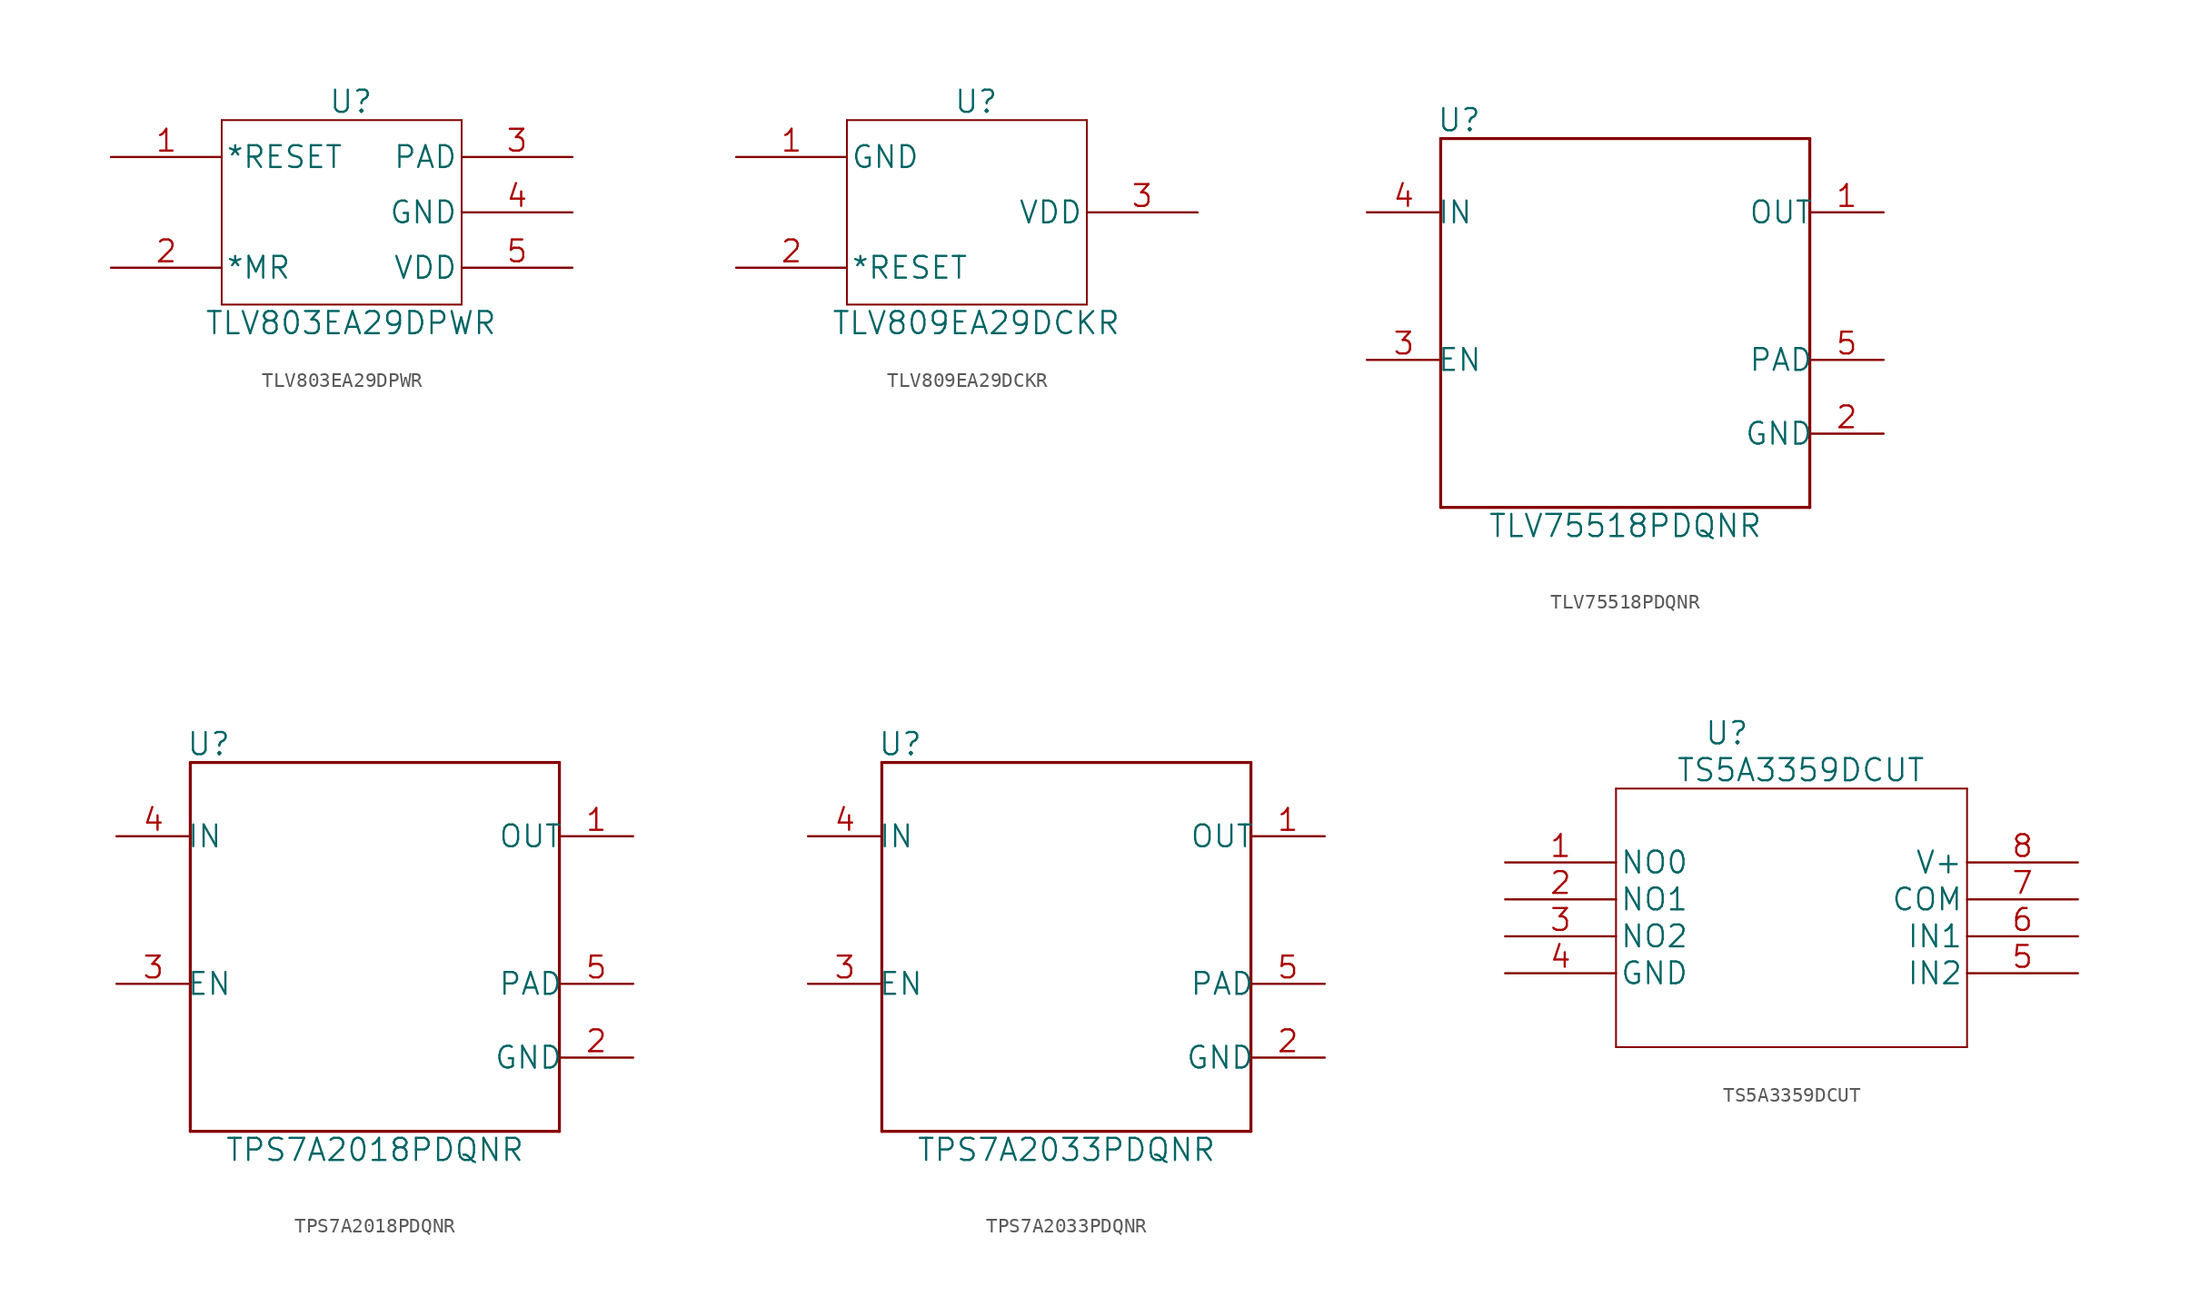
<source format=kicad_sym>
(kicad_symbol_lib
  (version 20211014)
  (generator kicad_symbol_editor)
  (symbol "TLV803EA29DPWR"
    (pin_names
      (offset 0.254))
    (property "Reference" "U"
      (at 16.51 6.35 0)
      (effects (font (size 1.524 1.524))))
    (property "Value" "TLV803EA29DPWR"
      (at 16.51 -8.89 0)
      (effects (font (size 1.524 1.524))))
    (property "Datasheet" ""
      (at 0 0 0)
      (effects (font (size 1.524 1.524))))
    (symbol "TLV803EA29DPWR_1_1"
      (polyline (pts (xy 7.62 -7.62) (xy 24.13 -7.62)) (stroke (width 0.127) (type default) (color 0 0 0 0)) (fill (type none)))
      (polyline (pts (xy 7.62 5.08) (xy 7.62 -7.62)) (stroke (width 0.127) (type default) (color 0 0 0 0)) (fill (type none)))
      (polyline (pts (xy 24.13 -7.62) (xy 24.13 5.08)) (stroke (width 0.127) (type default) (color 0 0 0 0)) (fill (type none)))
      (polyline (pts (xy 24.13 5.08) (xy 7.62 5.08)) (stroke (width 0.127) (type default) (color 0 0 0 0)) (fill (type none)))
      (pin bidirectional line (at 0 2.54 0) (length 7.62) (name "*RESET" (effects (font (size 1.499 1.499)))) (number "1" (effects (font (size 1.499 1.499)))))
      (pin output line (at 0 -5.08 0) (length 7.62) (name "*MR" (effects (font (size 1.499 1.499)))) (number "2" (effects (font (size 1.499 1.499)))))
      (pin power_in line (at 31.75 2.54 180) (length 7.62) (name "PAD" (effects (font (size 1.499 1.499)))) (number "3" (effects (font (size 1.499 1.499)))))
      (pin power_in line (at 31.75 -1.27 180) (length 7.62) (name "GND" (effects (font (size 1.499 1.499)))) (number "4" (effects (font (size 1.499 1.499)))))
      (pin power_in line (at 31.75 -5.08 180) (length 7.62) (name "VDD" (effects (font (size 1.499 1.499)))) (number "5" (effects (font (size 1.499 1.499)))))))
  (symbol "TLV809EA29DCKR"
    (pin_names
      (offset 0.254))
    (property "Reference" "U"
      (at 16.51 6.35 0)
      (effects (font (size 1.524 1.524))))
    (property "Value" "TLV809EA29DCKR"
      (at 16.51 -8.89 0)
      (effects (font (size 1.524 1.524))))
    (property "Datasheet" ""
      (at 0 0 0)
      (effects (font (size 1.524 1.524))))
    (symbol "TLV809EA29DCKR_1_1"
      (polyline (pts (xy 7.62 -7.62) (xy 24.13 -7.62)) (stroke (width 0.127) (type default) (color 0 0 0 0)) (fill (type none)))
      (polyline (pts (xy 7.62 5.08) (xy 7.62 -7.62)) (stroke (width 0.127) (type default) (color 0 0 0 0)) (fill (type none)))
      (polyline (pts (xy 24.13 -7.62) (xy 24.13 5.08)) (stroke (width 0.127) (type default) (color 0 0 0 0)) (fill (type none)))
      (polyline (pts (xy 24.13 5.08) (xy 7.62 5.08)) (stroke (width 0.127) (type default) (color 0 0 0 0)) (fill (type none)))
      (pin power_in line (at 0 2.54 0) (length 7.62) (name "GND" (effects (font (size 1.499 1.499)))) (number "1" (effects (font (size 1.499 1.499)))))
      (pin output line (at 0 -5.08 0) (length 7.62) (name "*RESET" (effects (font (size 1.499 1.499)))) (number "2" (effects (font (size 1.499 1.499)))))
      (pin power_in line (at 31.75 -1.27 180) (length 7.62) (name "VDD" (effects (font (size 1.499 1.499)))) (number "3" (effects (font (size 1.499 1.499)))))))
  (symbol "TLV75518PDQNR"
    (pin_names
      (offset -0.254))
    (property "Reference" "U"
      (at -11.43 13.97 0)
      (effects (font (size 1.524 1.524))))
    (property "Value" "TLV75518PDQNR"
      (at 0 -13.97 0)
      (effects (font (size 1.524 1.524))))
    (property "Datasheet" ""
      (at -1.27 2.54 0)
      (effects (font (size 1.524 1.524))))
    (symbol "TLV75518PDQNR_1_1"
      (polyline (pts (xy -12.7 -12.7) (xy 12.7 -12.7)) (stroke (width 0.203) (type default) (color 0 0 0 0)) (fill (type none)))
      (polyline (pts (xy -12.7 12.7) (xy -12.7 -12.7)) (stroke (width 0.203) (type default) (color 0 0 0 0)) (fill (type none)))
      (polyline (pts (xy 12.7 -12.7) (xy 12.7 12.7)) (stroke (width 0.203) (type default) (color 0 0 0 0)) (fill (type none)))
      (polyline (pts (xy 12.7 12.7) (xy -12.7 12.7)) (stroke (width 0.203) (type default) (color 0 0 0 0)) (fill (type none)))
      (pin power_in line (at 17.78 7.62 180) (length 5.08) (name "OUT" (effects (font (size 1.499 1.499)))) (number "1" (effects (font (size 1.499 1.499)))))
      (pin power_in line (at 17.78 -7.62 180) (length 5.08) (name "GND" (effects (font (size 1.499 1.499)))) (number "2" (effects (font (size 1.499 1.499)))))
      (pin input line (at -17.78 -2.54 0) (length 5.08) (name "EN" (effects (font (size 1.499 1.499)))) (number "3" (effects (font (size 1.499 1.499)))))
      (pin power_in line (at -17.78 7.62 0) (length 5.08) (name "IN" (effects (font (size 1.499 1.499)))) (number "4" (effects (font (size 1.499 1.499)))))
      (pin unspecified line (at 17.78 -2.54 180) (length 5.08) (name "PAD" (effects (font (size 1.499 1.499)))) (number "5" (effects (font (size 1.499 1.499)))))))
  (symbol "TPS7A2018PDQNR"
    (pin_names
      (offset -0.254))
    (property "Reference" "U"
      (at -11.43 13.97 0)
      (effects (font (size 1.524 1.524))))
    (property "Value" "TPS7A2018PDQNR"
      (at 0 -13.97 0)
      (effects (font (size 1.524 1.524))))
    (property "Datasheet" ""
      (at -1.27 2.54 0)
      (effects (font (size 1.524 1.524))))
    (symbol "TPS7A2018PDQNR_1_1"
      (polyline (pts (xy -12.7 -12.7) (xy 12.7 -12.7)) (stroke (width 0.203) (type default) (color 0 0 0 0)) (fill (type none)))
      (polyline (pts (xy -12.7 12.7) (xy -12.7 -12.7)) (stroke (width 0.203) (type default) (color 0 0 0 0)) (fill (type none)))
      (polyline (pts (xy 12.7 -12.7) (xy 12.7 12.7)) (stroke (width 0.203) (type default) (color 0 0 0 0)) (fill (type none)))
      (polyline (pts (xy 12.7 12.7) (xy -12.7 12.7)) (stroke (width 0.203) (type default) (color 0 0 0 0)) (fill (type none)))
      (pin power_in line (at 17.78 7.62 180) (length 5.08) (name "OUT" (effects (font (size 1.499 1.499)))) (number "1" (effects (font (size 1.499 1.499)))))
      (pin power_in line (at 17.78 -7.62 180) (length 5.08) (name "GND" (effects (font (size 1.499 1.499)))) (number "2" (effects (font (size 1.499 1.499)))))
      (pin input line (at -17.78 -2.54 0) (length 5.08) (name "EN" (effects (font (size 1.499 1.499)))) (number "3" (effects (font (size 1.499 1.499)))))
      (pin power_in line (at -17.78 7.62 0) (length 5.08) (name "IN" (effects (font (size 1.499 1.499)))) (number "4" (effects (font (size 1.499 1.499)))))
      (pin unspecified line (at 17.78 -2.54 180) (length 5.08) (name "PAD" (effects (font (size 1.499 1.499)))) (number "5" (effects (font (size 1.499 1.499)))))))
  (symbol "TPS7A2033PDQNR"
    (pin_names
      (offset -0.254))
    (property "Reference" "U"
      (at -11.43 13.97 0)
      (effects (font (size 1.524 1.524))))
    (property "Value" "TPS7A2033PDQNR"
      (at 0 -13.97 0)
      (effects (font (size 1.524 1.524))))
    (property "Datasheet" ""
      (at -1.27 2.54 0)
      (effects (font (size 1.524 1.524))))
    (symbol "TPS7A2033PDQNR_1_1"
      (polyline (pts (xy -12.7 -12.7) (xy 12.7 -12.7)) (stroke (width 0.203) (type default) (color 0 0 0 0)) (fill (type none)))
      (polyline (pts (xy -12.7 12.7) (xy -12.7 -12.7)) (stroke (width 0.203) (type default) (color 0 0 0 0)) (fill (type none)))
      (polyline (pts (xy 12.7 -12.7) (xy 12.7 12.7)) (stroke (width 0.203) (type default) (color 0 0 0 0)) (fill (type none)))
      (polyline (pts (xy 12.7 12.7) (xy -12.7 12.7)) (stroke (width 0.203) (type default) (color 0 0 0 0)) (fill (type none)))
      (pin power_in line (at 17.78 7.62 180) (length 5.08) (name "OUT" (effects (font (size 1.499 1.499)))) (number "1" (effects (font (size 1.499 1.499)))))
      (pin power_in line (at 17.78 -7.62 180) (length 5.08) (name "GND" (effects (font (size 1.499 1.499)))) (number "2" (effects (font (size 1.499 1.499)))))
      (pin input line (at -17.78 -2.54 0) (length 5.08) (name "EN" (effects (font (size 1.499 1.499)))) (number "3" (effects (font (size 1.499 1.499)))))
      (pin power_in line (at -17.78 7.62 0) (length 5.08) (name "IN" (effects (font (size 1.499 1.499)))) (number "4" (effects (font (size 1.499 1.499)))))
      (pin unspecified line (at 17.78 -2.54 180) (length 5.08) (name "PAD" (effects (font (size 1.499 1.499)))) (number "5" (effects (font (size 1.499 1.499)))))))
  (symbol "TS5A3359DCUT"
    (pin_names
      (offset 0.254))
    (property "Reference" "U"
      (at 15.24 8.89 0)
      (effects (font (size 1.524 1.524))))
    (property "Value" "TS5A3359DCUT"
      (at 20.32 6.35 0)
      (effects (font (size 1.524 1.524))))
    (property "Datasheet" ""
      (at 0 0 0)
      (effects (font (size 1.524 1.524))))
    (symbol "TS5A3359DCUT_1_1"
      (polyline (pts (xy 7.62 -12.7) (xy 31.75 -12.7)) (stroke (width 0.127) (type default) (color 0 0 0 0)) (fill (type none)))
      (polyline (pts (xy 7.62 5.08) (xy 7.62 -12.7)) (stroke (width 0.127) (type default) (color 0 0 0 0)) (fill (type none)))
      (polyline (pts (xy 31.75 -12.7) (xy 31.75 5.08)) (stroke (width 0.127) (type default) (color 0 0 0 0)) (fill (type none)))
      (polyline (pts (xy 31.75 5.08) (xy 7.62 5.08)) (stroke (width 0.127) (type default) (color 0 0 0 0)) (fill (type none)))
      (pin output line (at 0 0 0) (length 7.62) (name "NO0" (effects (font (size 1.499 1.499)))) (number "1" (effects (font (size 1.499 1.499)))))
      (pin output line (at 0 -2.54 0) (length 7.62) (name "NO1" (effects (font (size 1.499 1.499)))) (number "2" (effects (font (size 1.499 1.499)))))
      (pin output line (at 0 -5.08 0) (length 7.62) (name "NO2" (effects (font (size 1.499 1.499)))) (number "3" (effects (font (size 1.499 1.499)))))
      (pin power_in line (at 0 -7.62 0) (length 7.62) (name "GND" (effects (font (size 1.499 1.499)))) (number "4" (effects (font (size 1.499 1.499)))))
      (pin input line (at 39.37 -7.62 180) (length 7.62) (name "IN2" (effects (font (size 1.499 1.499)))) (number "5" (effects (font (size 1.499 1.499)))))
      (pin input line (at 39.37 -5.08 180) (length 7.62) (name "IN1" (effects (font (size 1.499 1.499)))) (number "6" (effects (font (size 1.499 1.499)))))
      (pin unspecified line (at 39.37 -2.54 180) (length 7.62) (name "COM" (effects (font (size 1.499 1.499)))) (number "7" (effects (font (size 1.499 1.499)))))
      (pin power_in line (at 39.37 0 180) (length 7.62) (name "V+" (effects (font (size 1.499 1.499)))) (number "8" (effects (font (size 1.499 1.499))))))))
</source>
